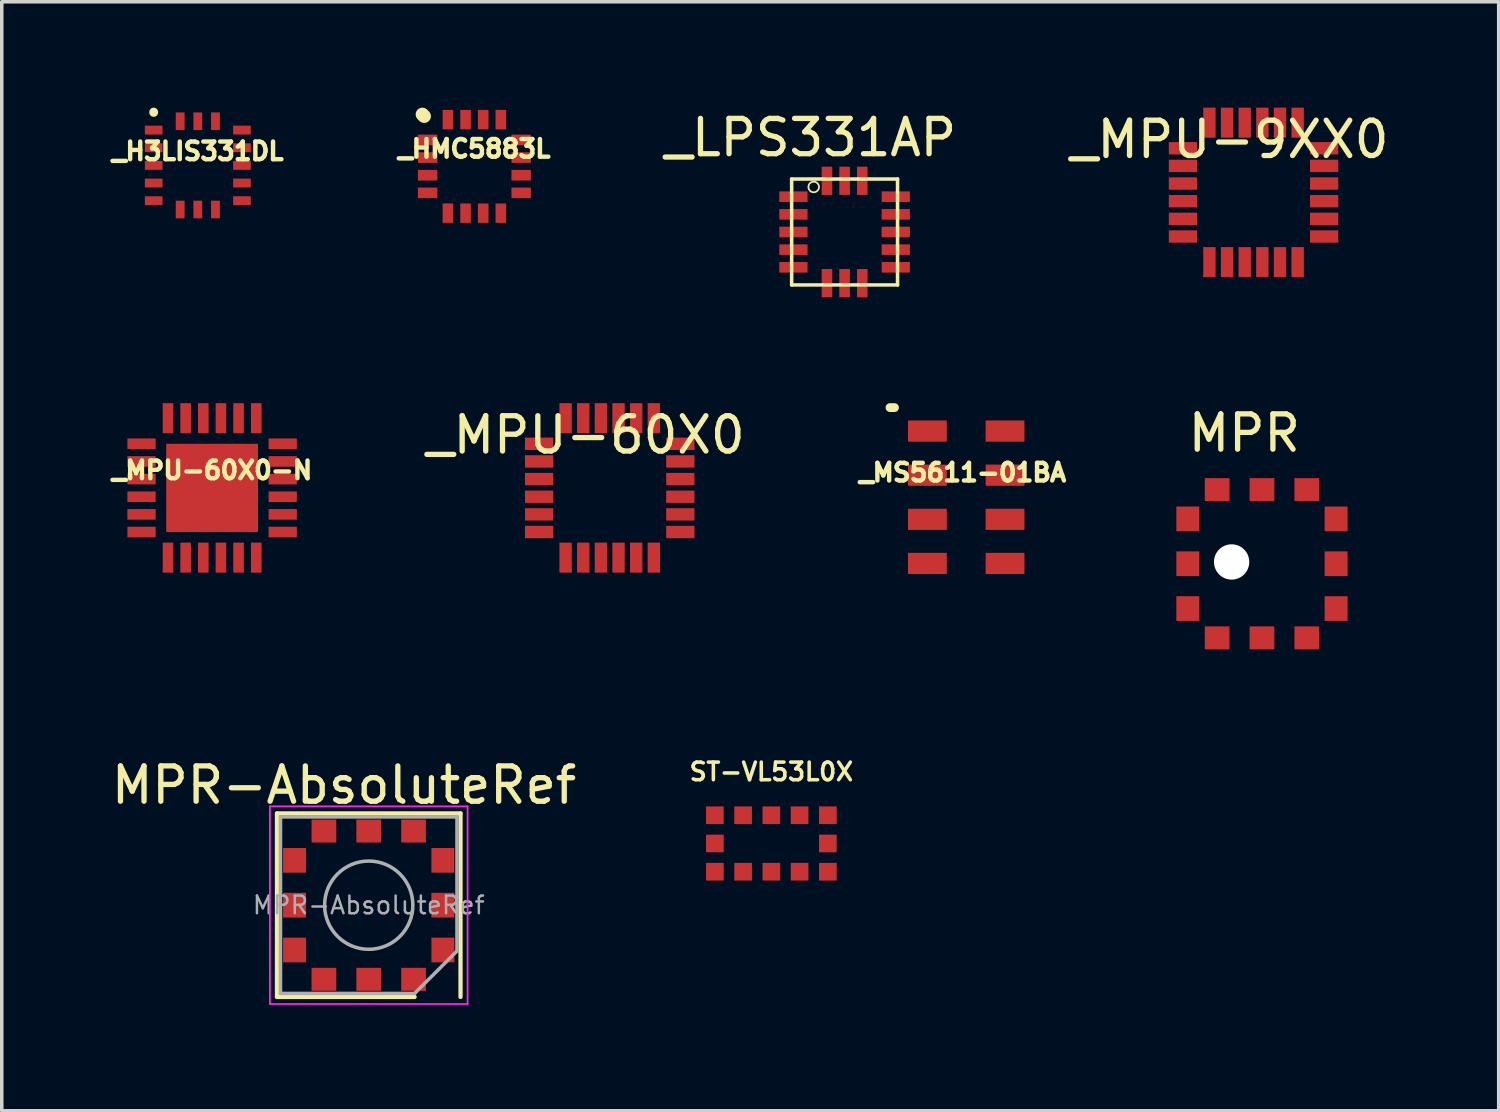
<source format=kicad_pcb>
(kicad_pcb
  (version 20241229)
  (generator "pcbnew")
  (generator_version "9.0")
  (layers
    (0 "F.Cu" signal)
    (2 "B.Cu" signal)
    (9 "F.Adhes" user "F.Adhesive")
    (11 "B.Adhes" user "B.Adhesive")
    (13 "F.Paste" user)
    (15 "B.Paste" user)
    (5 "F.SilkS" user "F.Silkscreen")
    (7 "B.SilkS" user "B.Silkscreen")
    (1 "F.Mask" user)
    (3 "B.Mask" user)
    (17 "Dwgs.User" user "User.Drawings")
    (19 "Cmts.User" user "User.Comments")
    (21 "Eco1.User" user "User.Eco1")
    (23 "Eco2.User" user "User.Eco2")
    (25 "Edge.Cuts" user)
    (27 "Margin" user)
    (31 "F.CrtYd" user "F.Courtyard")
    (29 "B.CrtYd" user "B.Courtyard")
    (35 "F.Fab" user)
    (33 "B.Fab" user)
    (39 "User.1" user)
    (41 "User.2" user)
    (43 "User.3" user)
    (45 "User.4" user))
  (footprint "ST-VL53L0X"
    (layer "F.Cu")
    (at 18.802 20.845)
    (property "Reference" "ST-VL53L0X" (at 0 -2.032 0) (layer "F.SilkS") (effects (font (size 0.5 0.5) (thickness 0.1))))
    (attr through_hole)
    (pad "1" smd rect (at 1.6 0.8) (size 0.5 0.5) (layers "F.Cu" "F.Mask" "F.Paste"))
    (pad "2" smd rect (at 0.8 0.8) (size 0.5 0.5) (layers "F.Cu" "F.Mask" "F.Paste"))
    (pad "3" smd rect (at 0 0.8) (size 0.5 0.5) (layers "F.Cu" "F.Mask" "F.Paste"))
    (pad "4" smd rect (at -0.8 0.8) (size 0.5 0.5) (layers "F.Cu" "F.Mask" "F.Paste"))
    (pad "5" smd rect (at -1.6 0.8) (size 0.5 0.5) (layers "F.Cu" "F.Mask" "F.Paste"))
    (pad "6" smd rect (at -1.6 0) (size 0.5 0.5) (layers "F.Cu" "F.Mask" "F.Paste"))
    (pad "7" smd rect (at -1.6 -0.8) (size 0.5 0.5) (layers "F.Cu" "F.Mask" "F.Paste"))
    (pad "8" smd rect (at -0.8 -0.8) (size 0.5 0.5) (layers "F.Cu" "F.Mask" "F.Paste"))
    (pad "9" smd rect (at 0 -0.8) (size 0.5 0.5) (layers "F.Cu" "F.Mask" "F.Paste"))
    (pad "10" smd rect (at 0.8 -0.8) (size 0.5 0.5) (layers "F.Cu" "F.Mask" "F.Paste"))
    (pad "11" smd rect (at 1.6 -0.8) (size 0.5 0.5) (layers "F.Cu" "F.Mask" "F.Paste"))
    (pad "12" smd rect (at 1.6 0) (size 0.5 0.5) (layers "F.Cu" "F.Mask" "F.Paste")))
  (footprint "MPR-AbsoluteRef"
    (layer "F.Cu")
    (at 5.296 20.493)
    (property "Reference" "MPR-AbsoluteRef" (at 1.4 -1.3 0) (layer "F.SilkS") (effects (font (size 1 1) (thickness 0.15))))
    (attr smd)
    (fp_line (start -0.5 -0.5) (end -0.5 4.7) (stroke (width 0.12) (type solid)) (layer "F.SilkS"))
    (fp_line (start -0.5 -0.5) (end 4.7 -0.5) (stroke (width 0.12) (type solid)) (layer "F.SilkS"))
    (fp_line (start 3.4 4.7) (end -0.5 4.7) (stroke (width 0.12) (type solid)) (layer "F.SilkS"))
    (fp_line (start 4.7 -0.5) (end 4.7 4.7) (stroke (width 0.12) (type solid)) (layer "F.SilkS"))
    (fp_line (start -0.7 -0.7) (end 4.9 -0.7) (stroke (width 0.05) (type solid)) (layer "F.CrtYd"))
    (fp_line (start -0.7 4.9) (end -0.7 -0.7) (stroke (width 0.05) (type solid)) (layer "F.CrtYd"))
    (fp_line (start 4.9 -0.7) (end 4.9 4.9) (stroke (width 0.05) (type solid)) (layer "F.CrtYd"))
    (fp_line (start 4.9 4.9) (end -0.7 4.9) (stroke (width 0.05) (type solid)) (layer "F.CrtYd"))
    (fp_line (start -0.4 -0.4) (end 4.6 -0.4) (stroke (width 0.1) (type solid)) (layer "F.Fab"))
    (fp_line (start -0.4 4.6) (end -0.4 -0.4) (stroke (width 0.1) (type solid)) (layer "F.Fab"))
    (fp_line (start 3.4 4.6) (end -0.4 4.6) (stroke (width 0.1) (type solid)) (layer "F.Fab"))
    (fp_line (start 3.4 4.6) (end 4.6 3.4) (stroke (width 0.1) (type solid)) (layer "F.Fab"))
    (fp_line (start 4.6 -0.4) (end 4.6 3.4) (stroke (width 0.1) (type solid)) (layer "F.Fab"))
    (fp_circle (center 2.1 2.1) (end 3.35 2.1) (stroke (width 0.1) (type solid)) (fill no) (layer "F.Fab"))
    (fp_text user "${REFERENCE}" (at 2.1 2.1 0) (layer "F.Fab") (effects (font (size 0.5 0.5) (thickness 0.07))))
    (pad "1" smd rect (at 3.37 4.2) (size 0.7 0.65) (layers "F.Cu" "F.Mask" "F.Paste"))
    (pad "2" smd rect (at 2.1 4.2) (size 0.7 0.65) (layers "F.Cu" "F.Mask" "F.Paste"))
    (pad "3" smd rect (at 0.83 4.2) (size 0.7 0.65) (layers "F.Cu" "F.Mask" "F.Paste"))
    (pad "4" smd rect (at 0 3.37) (size 0.65 0.7) (layers "F.Cu" "F.Mask" "F.Paste"))
    (pad "5" smd rect (at 0 2.1) (size 0.65 0.7) (layers "F.Cu" "F.Mask" "F.Paste"))
    (pad "6" smd rect (at 0 0.83) (size 0.65 0.7) (layers "F.Cu" "F.Mask" "F.Paste"))
    (pad "7" smd rect (at 0.83 0) (size 0.7 0.65) (layers "F.Cu" "F.Mask" "F.Paste"))
    (pad "8" smd rect (at 2.1 0) (size 0.7 0.65) (layers "F.Cu" "F.Mask" "F.Paste"))
    (pad "9" smd rect (at 3.37 0) (size 0.7 0.65) (layers "F.Cu" "F.Mask" "F.Paste"))
    (pad "10" smd rect (at 4.2 0.83) (size 0.65 0.7) (layers "F.Cu" "F.Mask" "F.Paste"))
    (pad "11" smd rect (at 4.2 2.1) (size 0.65 0.7) (layers "F.Cu" "F.Mask" "F.Paste"))
    (pad "12" smd rect (at 4.2 3.37) (size 0.65 0.7) (layers "F.Cu" "F.Mask" "F.Paste")))
  (footprint "_LPS331AP"
    (layer "F.Cu")
    (at 19.377 2.022)
    (property "Reference" "_LPS331AP" (at 0.536 -1.173 0) (layer "F.SilkS") (effects (font (size 1 1) (thickness 0.15))))
    (attr through_hole)
    (fp_line (start 0 0) (end 0 3) (stroke (width 0.1) (type solid)) (layer "F.SilkS"))
    (fp_line (start 0 0) (end 3 0) (stroke (width 0.1) (type solid)) (layer "F.SilkS"))
    (fp_line (start 3 0) (end 3 3) (stroke (width 0.1) (type solid)) (layer "F.SilkS"))
    (fp_line (start 3 3) (end 0 3) (stroke (width 0.1) (type solid)) (layer "F.SilkS"))
    (fp_circle (center 0.625 0.225) (end 0.625 0.375) (stroke (width 0.05) (type solid)) (fill no) (layer "F.SilkS"))
    (pad "1" smd rect (at 0.05 0.5) (size 0.8 0.3) (layers "F.Cu" "F.Mask" "F.Paste"))
    (pad "2" smd rect (at 0.05 1) (size 0.8 0.3) (layers "F.Cu" "F.Mask" "F.Paste"))
    (pad "3" smd rect (at 0.05 1.5) (size 0.8 0.3) (layers "F.Cu" "F.Mask" "F.Paste"))
    (pad "4" smd rect (at 0.05 2) (size 0.8 0.3) (layers "F.Cu" "F.Mask" "F.Paste"))
    (pad "5" smd rect (at 0.05 2.5) (size 0.8 0.3) (layers "F.Cu" "F.Mask" "F.Paste"))
    (pad "6" smd rect (at 1 2.95) (size 0.3 0.8) (layers "F.Cu" "F.Mask" "F.Paste"))
    (pad "7" smd rect (at 1.5 2.95) (size 0.3 0.8) (layers "F.Cu" "F.Mask" "F.Paste"))
    (pad "8" smd rect (at 2 2.95) (size 0.3 0.8) (layers "F.Cu" "F.Mask" "F.Paste"))
    (pad "9" smd rect (at 2.95 2.5) (size 0.8 0.3) (layers "F.Cu" "F.Mask" "F.Paste"))
    (pad "10" smd rect (at 2.95 2) (size 0.8 0.3) (layers "F.Cu" "F.Mask" "F.Paste"))
    (pad "11" smd rect (at 2.95 1.5) (size 0.8 0.3) (layers "F.Cu" "F.Mask" "F.Paste"))
    (pad "12" smd rect (at 2.95 1) (size 0.8 0.3) (layers "F.Cu" "F.Mask" "F.Paste"))
    (pad "13" smd rect (at 2.95 0.5) (size 0.8 0.3) (layers "F.Cu" "F.Mask" "F.Paste"))
    (pad "14" smd rect (at 2 0.05) (size 0.3 0.8) (layers "F.Cu" "F.Mask" "F.Paste"))
    (pad "15" smd rect (at 1.5 0.05) (size 0.3 0.8) (layers "F.Cu" "F.Mask" "F.Paste"))
    (pad "16" smd rect (at 1 0.05) (size 0.3 0.8) (layers "F.Cu" "F.Mask" "F.Paste")))
  (footprint "_MPU-9XX0"
    (layer "F.Cu")
    (at 32.462 2.4)
    (property "Reference" "_MPU-9XX0" (at -0.68 -1.5 0) (layer "F.SilkS") (effects (font (size 1 1) (thickness 0.15))))
    (attr through_hole)
    (pad "1" smd rect (at -2 -1.25) (size 0.8 0.35) (layers "F.Cu" "F.Mask"))
    (pad "2" smd rect (at -2 -0.75) (size 0.8 0.35) (layers "F.Cu" "F.Mask"))
    (pad "3" smd rect (at -2 -0.25) (size 0.8 0.35) (layers "F.Cu" "F.Mask"))
    (pad "4" smd rect (at -2 0.25) (size 0.8 0.35) (layers "F.Cu" "F.Mask"))
    (pad "5" smd rect (at -2 0.75) (size 0.8 0.35) (layers "F.Cu" "F.Mask"))
    (pad "6" smd rect (at -2 1.25) (size 0.8 0.35) (layers "F.Cu" "F.Mask"))
    (pad "7" smd rect (at -1.25 1.975 90) (size 0.85 0.35) (layers "F.Cu" "F.Mask"))
    (pad "8" smd rect (at -0.75 1.975 90) (size 0.85 0.35) (layers "F.Cu" "F.Mask"))
    (pad "9" smd rect (at -0.25 1.975 90) (size 0.85 0.35) (layers "F.Cu" "F.Mask"))
    (pad "10" smd rect (at 0.25 1.975 90) (size 0.85 0.35) (layers "F.Cu" "F.Mask"))
    (pad "11" smd rect (at 0.75 1.975 90) (size 0.85 0.35) (layers "F.Cu" "F.Mask"))
    (pad "12" smd rect (at 1.25 1.975 90) (size 0.85 0.35) (layers "F.Cu" "F.Mask"))
    (pad "13" smd rect (at 2 1.25) (size 0.8 0.35) (layers "F.Cu" "F.Mask"))
    (pad "14" smd rect (at 2 0.75) (size 0.8 0.35) (layers "F.Cu" "F.Mask"))
    (pad "15" smd rect (at 2 0.25) (size 0.8 0.35) (layers "F.Cu" "F.Mask"))
    (pad "16" smd rect (at 2 -0.25) (size 0.8 0.35) (layers "F.Cu" "F.Mask"))
    (pad "17" smd rect (at 2 -0.75) (size 0.8 0.35) (layers "F.Cu" "F.Mask"))
    (pad "18" smd rect (at 2 -1.25) (size 0.8 0.35) (layers "F.Cu" "F.Mask"))
    (pad "19" smd rect (at 1.25 -1.975 90) (size 0.85 0.35) (layers "F.Cu" "F.Mask"))
    (pad "20" smd rect (at 0.75 -1.975 90) (size 0.85 0.35) (layers "F.Cu" "F.Mask"))
    (pad "21" smd rect (at 0.25 -1.975 90) (size 0.85 0.35) (layers "F.Cu" "F.Mask"))
    (pad "22" smd rect (at -0.25 -1.975 90) (size 0.85 0.35) (layers "F.Cu" "F.Mask"))
    (pad "23" smd rect (at -0.75 -1.975 90) (size 0.85 0.35) (layers "F.Cu" "F.Mask"))
    (pad "24" smd rect (at -1.25 -1.975 90) (size 0.85 0.35) (layers "F.Cu" "F.Mask")))
  (footprint "_MPU-60X0"
    (layer "F.Cu")
    (at 14.223 10.772)
    (property "Reference" "_MPU-60X0" (at -0.68 -1.5 0) (layer "F.SilkS") (effects (font (size 1 1) (thickness 0.15))))
    (attr through_hole)
    (pad "1" smd rect (at -2 -1.25) (size 0.8 0.35) (layers "F.Cu" "F.Mask"))
    (pad "2" smd rect (at -2 -0.75) (size 0.8 0.35) (layers "F.Cu" "F.Mask"))
    (pad "3" smd rect (at -2 -0.25) (size 0.8 0.35) (layers "F.Cu" "F.Mask"))
    (pad "4" smd rect (at -2 0.25) (size 0.8 0.35) (layers "F.Cu" "F.Mask"))
    (pad "5" smd rect (at -2 0.75) (size 0.8 0.35) (layers "F.Cu" "F.Mask"))
    (pad "6" smd rect (at -2 1.25) (size 0.8 0.35) (layers "F.Cu" "F.Mask"))
    (pad "7" smd rect (at -1.25 1.975 90) (size 0.85 0.35) (layers "F.Cu" "F.Mask"))
    (pad "8" smd rect (at -0.75 1.975 90) (size 0.85 0.35) (layers "F.Cu" "F.Mask"))
    (pad "9" smd rect (at -0.25 1.975 90) (size 0.85 0.35) (layers "F.Cu" "F.Mask"))
    (pad "10" smd rect (at 0.25 1.975 90) (size 0.85 0.35) (layers "F.Cu" "F.Mask"))
    (pad "11" smd rect (at 0.75 1.975 90) (size 0.85 0.35) (layers "F.Cu" "F.Mask"))
    (pad "12" smd rect (at 1.25 1.975 90) (size 0.85 0.35) (layers "F.Cu" "F.Mask"))
    (pad "13" smd rect (at 2 1.25) (size 0.8 0.35) (layers "F.Cu" "F.Mask"))
    (pad "14" smd rect (at 2 0.75) (size 0.8 0.35) (layers "F.Cu" "F.Mask"))
    (pad "15" smd rect (at 2 0.25) (size 0.8 0.35) (layers "F.Cu" "F.Mask"))
    (pad "16" smd rect (at 2 -0.25) (size 0.8 0.35) (layers "F.Cu" "F.Mask"))
    (pad "17" smd rect (at 2 -0.75) (size 0.8 0.35) (layers "F.Cu" "F.Mask"))
    (pad "18" smd rect (at 2 -1.25) (size 0.8 0.35) (layers "F.Cu" "F.Mask"))
    (pad "19" smd rect (at 1.25 -1.975 90) (size 0.85 0.35) (layers "F.Cu" "F.Mask"))
    (pad "20" smd rect (at 0.75 -1.975 90) (size 0.85 0.35) (layers "F.Cu" "F.Mask"))
    (pad "21" smd rect (at 0.25 -1.975 90) (size 0.85 0.35) (layers "F.Cu" "F.Mask"))
    (pad "22" smd rect (at -0.25 -1.975 90) (size 0.85 0.35) (layers "F.Cu" "F.Mask"))
    (pad "23" smd rect (at -0.75 -1.975 90) (size 0.85 0.35) (layers "F.Cu" "F.Mask"))
    (pad "24" smd rect (at -1.25 -1.975 90) (size 0.85 0.35) (layers "F.Cu" "F.Mask")))
  (footprint "_HMC5883L"
    (layer "F.Cu")
    (at 10.389 1.664)
    (property "Reference" "_HMC5883L" (at 0 -0.5 0) (layer "F.SilkS") (effects (font (size 0.5 0.5) (thickness 0.125))))
    (attr through_hole)
    (fp_line (start -1.473 -1.473) (end -1.422 -1.422) (stroke (width 0.381) (type solid)) (layer "F.SilkS"))
    (pad "1" smd rect (at -1.325 -0.75) (size 0.55 0.3) (layers "F.Cu" "F.Mask" "F.Paste"))
    (pad "2" smd rect (at -1.325 -0.25) (size 0.55 0.3) (layers "F.Cu" "F.Mask" "F.Paste"))
    (pad "3" smd rect (at -1.325 0.25) (size 0.55 0.3) (layers "F.Cu" "F.Mask" "F.Paste"))
    (pad "4" smd rect (at -1.325 0.75) (size 0.55 0.3) (layers "F.Cu" "F.Mask" "F.Paste"))
    (pad "5" smd rect (at -0.75 1.325 90) (size 0.55 0.3) (layers "F.Cu" "F.Mask" "F.Paste"))
    (pad "6" smd rect (at -0.25 1.325 90) (size 0.55 0.3) (layers "F.Cu" "F.Mask" "F.Paste"))
    (pad "7" smd rect (at 0.25 1.325 90) (size 0.55 0.3) (layers "F.Cu" "F.Mask" "F.Paste"))
    (pad "8" smd rect (at 0.75 1.325 90) (size 0.55 0.3) (layers "F.Cu" "F.Mask" "F.Paste"))
    (pad "9" smd rect (at 1.325 0.75) (size 0.55 0.3) (layers "F.Cu" "F.Mask" "F.Paste"))
    (pad "10" smd rect (at 1.325 0.25) (size 0.55 0.3) (layers "F.Cu" "F.Mask" "F.Paste"))
    (pad "11" smd rect (at 1.325 -0.25) (size 0.55 0.3) (layers "F.Cu" "F.Mask" "F.Paste"))
    (pad "12" smd rect (at 1.325 -0.75) (size 0.55 0.3) (layers "F.Cu" "F.Mask" "F.Paste"))
    (pad "13" smd rect (at 0.75 -1.325 90) (size 0.55 0.3) (layers "F.Cu" "F.Mask" "F.Paste"))
    (pad "14" smd rect (at 0.25 -1.325 90) (size 0.55 0.3) (layers "F.Cu" "F.Mask" "F.Paste"))
    (pad "15" smd rect (at -0.25 -1.325 90) (size 0.55 0.3) (layers "F.Cu" "F.Mask" "F.Paste"))
    (pad "16" smd rect (at -0.75 -1.325 90) (size 0.55 0.3) (layers "F.Cu" "F.Mask" "F.Paste")))
  (footprint "_H3LIS331DL"
    (layer "F.Cu")
    (at 2.554 1.635)
    (property "Reference" "_H3LIS331DL" (at 0 -0.4 0) (layer "F.SilkS") (effects (font (size 0.5 0.5) (thickness 0.125))))
    (attr through_hole)
    (fp_line (start -1.25 -1.51) (end -1.25 -1.5) (stroke (width 0.25) (type solid)) (layer "F.SilkS"))
    (pad "1" smd rect (at -1.25 -1) (size 0.5 0.25) (layers "F.Cu" "F.Mask" "F.Paste"))
    (pad "2" smd rect (at -1.25 -0.5) (size 0.5 0.25) (layers "F.Cu" "F.Mask" "F.Paste"))
    (pad "3" smd rect (at -1.25 0) (size 0.5 0.25) (layers "F.Cu" "F.Mask" "F.Paste"))
    (pad "4" smd rect (at -1.25 0.5) (size 0.5 0.25) (layers "F.Cu" "F.Mask" "F.Paste"))
    (pad "5" smd rect (at -1.25 1) (size 0.5 0.25) (layers "F.Cu" "F.Mask" "F.Paste"))
    (pad "6" smd rect (at -0.5 1.25 90) (size 0.5 0.25) (layers "F.Cu" "F.Mask" "F.Paste"))
    (pad "7" smd rect (at 0 1.25 90) (size 0.5 0.25) (layers "F.Cu" "F.Mask" "F.Paste"))
    (pad "8" smd rect (at 0.5 1.25 90) (size 0.5 0.25) (layers "F.Cu" "F.Mask" "F.Paste"))
    (pad "9" smd rect (at 1.25 1) (size 0.5 0.25) (layers "F.Cu" "F.Mask" "F.Paste"))
    (pad "10" smd rect (at 1.25 0.5) (size 0.5 0.25) (layers "F.Cu" "F.Mask" "F.Paste"))
    (pad "11" smd rect (at 1.25 0) (size 0.5 0.25) (layers "F.Cu" "F.Mask" "F.Paste"))
    (pad "12" smd rect (at 1.25 -0.5) (size 0.5 0.25) (layers "F.Cu" "F.Mask" "F.Paste"))
    (pad "13" smd rect (at 1.25 -1) (size 0.5 0.25) (layers "F.Cu" "F.Mask" "F.Paste"))
    (pad "14" smd rect (at 0.5 -1.25 90) (size 0.5 0.25) (layers "F.Cu" "F.Mask" "F.Paste"))
    (pad "15" smd rect (at 0 -1.25 90) (size 0.5 0.25) (layers "F.Cu" "F.Mask" "F.Paste"))
    (pad "16" smd rect (at -0.5 -1.25 90) (size 0.5 0.25) (layers "F.Cu" "F.Mask" "F.Paste")))
  (footprint "_MPU-60X0-N"
    (layer "F.Cu")
    (at 2.959 10.772)
    (property "Reference" "_MPU-60X0-N" (at 0 -0.5 0) (layer "F.SilkS") (effects (font (size 0.5 0.5) (thickness 0.125))))
    (attr through_hole)
    (pad "1" smd rect (at -2 -1.25) (size 0.8 0.3) (layers "F.Cu" "F.Mask" "F.Paste"))
    (pad "2" smd rect (at -2 -0.75) (size 0.8 0.3) (layers "F.Cu" "F.Mask" "F.Paste"))
    (pad "3" smd rect (at -2 -0.25) (size 0.8 0.3) (layers "F.Cu" "F.Mask" "F.Paste"))
    (pad "4" smd rect (at -2 0.25) (size 0.8 0.3) (layers "F.Cu" "F.Mask" "F.Paste"))
    (pad "5" smd rect (at -2 0.75) (size 0.8 0.3) (layers "F.Cu" "F.Mask" "F.Paste"))
    (pad "6" smd rect (at -2 1.25) (size 0.8 0.3) (layers "F.Cu" "F.Mask" "F.Paste"))
    (pad "7" smd rect (at -1.25 1.975 90) (size 0.85 0.3) (layers "F.Cu" "F.Mask" "F.Paste"))
    (pad "8" smd rect (at -0.75 1.975 90) (size 0.85 0.3) (layers "F.Cu" "F.Mask" "F.Paste"))
    (pad "9" smd rect (at -0.25 1.975 90) (size 0.85 0.3) (layers "F.Cu" "F.Mask" "F.Paste"))
    (pad "10" smd rect (at 0.25 1.975 90) (size 0.85 0.3) (layers "F.Cu" "F.Mask" "F.Paste"))
    (pad "11" smd rect (at 0.75 1.975 90) (size 0.85 0.3) (layers "F.Cu" "F.Mask" "F.Paste"))
    (pad "12" smd rect (at 1.25 1.975 90) (size 0.85 0.3) (layers "F.Cu" "F.Mask" "F.Paste"))
    (pad "13" smd rect (at 2 1.25) (size 0.8 0.3) (layers "F.Cu" "F.Mask" "F.Paste"))
    (pad "14" smd rect (at 2 0.75) (size 0.8 0.3) (layers "F.Cu" "F.Mask" "F.Paste"))
    (pad "15" smd rect (at 2 0.25) (size 0.8 0.3) (layers "F.Cu" "F.Mask" "F.Paste"))
    (pad "16" smd rect (at 2 -0.25) (size 0.8 0.3) (layers "F.Cu" "F.Mask" "F.Paste"))
    (pad "17" smd rect (at 2 -0.75) (size 0.8 0.3) (layers "F.Cu" "F.Mask" "F.Paste"))
    (pad "18" smd rect (at 2 -1.25) (size 0.8 0.3) (layers "F.Cu" "F.Mask" "F.Paste"))
    (pad "19" smd rect (at 1.25 -1.975 90) (size 0.85 0.3) (layers "F.Cu" "F.Mask" "F.Paste"))
    (pad "20" smd rect (at 0.75 -1.975 90) (size 0.85 0.3) (layers "F.Cu" "F.Mask" "F.Paste"))
    (pad "21" smd rect (at 0.25 -1.975 90) (size 0.85 0.3) (layers "F.Cu" "F.Mask" "F.Paste"))
    (pad "22" smd rect (at -0.25 -1.975 90) (size 0.85 0.3) (layers "F.Cu" "F.Mask" "F.Paste"))
    (pad "23" smd rect (at -0.75 -1.975 90) (size 0.85 0.3) (layers "F.Cu" "F.Mask" "F.Paste"))
    (pad "24" smd rect (at -1.25 -1.975 90) (size 0.85 0.3) (layers "F.Cu" "F.Mask" "F.Paste"))
    (pad "25" smd rect (at 0 0) (size 2.6 2.5) (layers "F.Cu" "F.Mask" "F.Paste")))
  (footprint "MPR"
    (layer "F.Cu")
    (at 30.601 10.82)
    (property "Reference" "MPR" (at 1.6 -1.6 0) (layer "F.SilkS") (effects (font (size 1 1) (thickness 0.15))))
    (attr smd)
    (pad "" np_thru_hole circle (at 1.24 2.05) (size 1 1) (drill 1) (layers "*.Cu" "*.Mask"))
    (pad "1" smd rect (at 3.37 4.2) (size 0.7 0.65) (layers "F.Cu" "F.Mask" "F.Paste"))
    (pad "2" smd rect (at 2.1 4.2) (size 0.7 0.65) (layers "F.Cu" "F.Mask" "F.Paste"))
    (pad "3" smd rect (at 0.83 4.2) (size 0.7 0.65) (layers "F.Cu" "F.Mask" "F.Paste"))
    (pad "4" smd rect (at 0 3.37) (size 0.65 0.7) (layers "F.Cu" "F.Mask" "F.Paste"))
    (pad "5" smd rect (at 0 2.1) (size 0.65 0.7) (layers "F.Cu" "F.Mask" "F.Paste"))
    (pad "6" smd rect (at 0 0.83) (size 0.65 0.7) (layers "F.Cu" "F.Mask" "F.Paste"))
    (pad "7" smd rect (at 0.83 0) (size 0.7 0.65) (layers "F.Cu" "F.Mask" "F.Paste"))
    (pad "8" smd rect (at 2.1 0) (size 0.7 0.65) (layers "F.Cu" "F.Mask" "F.Paste"))
    (pad "9" smd rect (at 3.37 0) (size 0.7 0.65) (layers "F.Cu" "F.Mask" "F.Paste"))
    (pad "10" smd rect (at 4.2 0.83) (size 0.65 0.7) (layers "F.Cu" "F.Mask" "F.Paste"))
    (pad "11" smd rect (at 4.2 2.1) (size 0.65 0.7) (layers "F.Cu" "F.Mask" "F.Paste"))
    (pad "12" smd rect (at 4.2 3.37) (size 0.65 0.7) (layers "F.Cu" "F.Mask" "F.Paste")))
  (footprint "_MS5611-01BA"
    (layer "F.Cu")
    (at 24.322 11.037)
    (property "Reference" "_MS5611-01BA" (at -0.1 -0.7 0) (layer "F.SilkS") (effects (font (size 0.5 0.5) (thickness 0.125))))
    (attr through_hole)
    (fp_line (start -2.159 -2.54) (end -2.032 -2.54) (stroke (width 0.25) (type solid)) (layer "F.SilkS"))
    (pad "1" smd rect (at -1.1 -1.875) (size 1.1 0.6) (layers "F.Cu" "F.Mask" "F.Paste"))
    (pad "2" smd rect (at -1.1 -0.625) (size 1.1 0.6) (layers "F.Cu" "F.Mask" "F.Paste"))
    (pad "3" smd rect (at -1.1 0.625) (size 1.1 0.6) (layers "F.Cu" "F.Mask" "F.Paste"))
    (pad "4" smd rect (at -1.1 1.875) (size 1.1 0.6) (layers "F.Cu" "F.Mask" "F.Paste"))
    (pad "5" smd rect (at 1.1 1.875) (size 1.1 0.6) (layers "F.Cu" "F.Mask" "F.Paste"))
    (pad "6" smd rect (at 1.1 0.625) (size 1.1 0.6) (layers "F.Cu" "F.Mask" "F.Paste"))
    (pad "7" smd rect (at 1.1 -0.625) (size 1.1 0.6) (layers "F.Cu" "F.Mask" "F.Paste"))
    (pad "8" smd rect (at 1.1 -1.875) (size 1.1 0.6) (layers "F.Cu" "F.Mask" "F.Paste")))
  (gr_rect
    (start -3 -3)
    (end 39.407 28.418)
    (stroke (width 0.1) (type default))
    (fill no)
    (layer "Edge.Cuts")))
</source>
